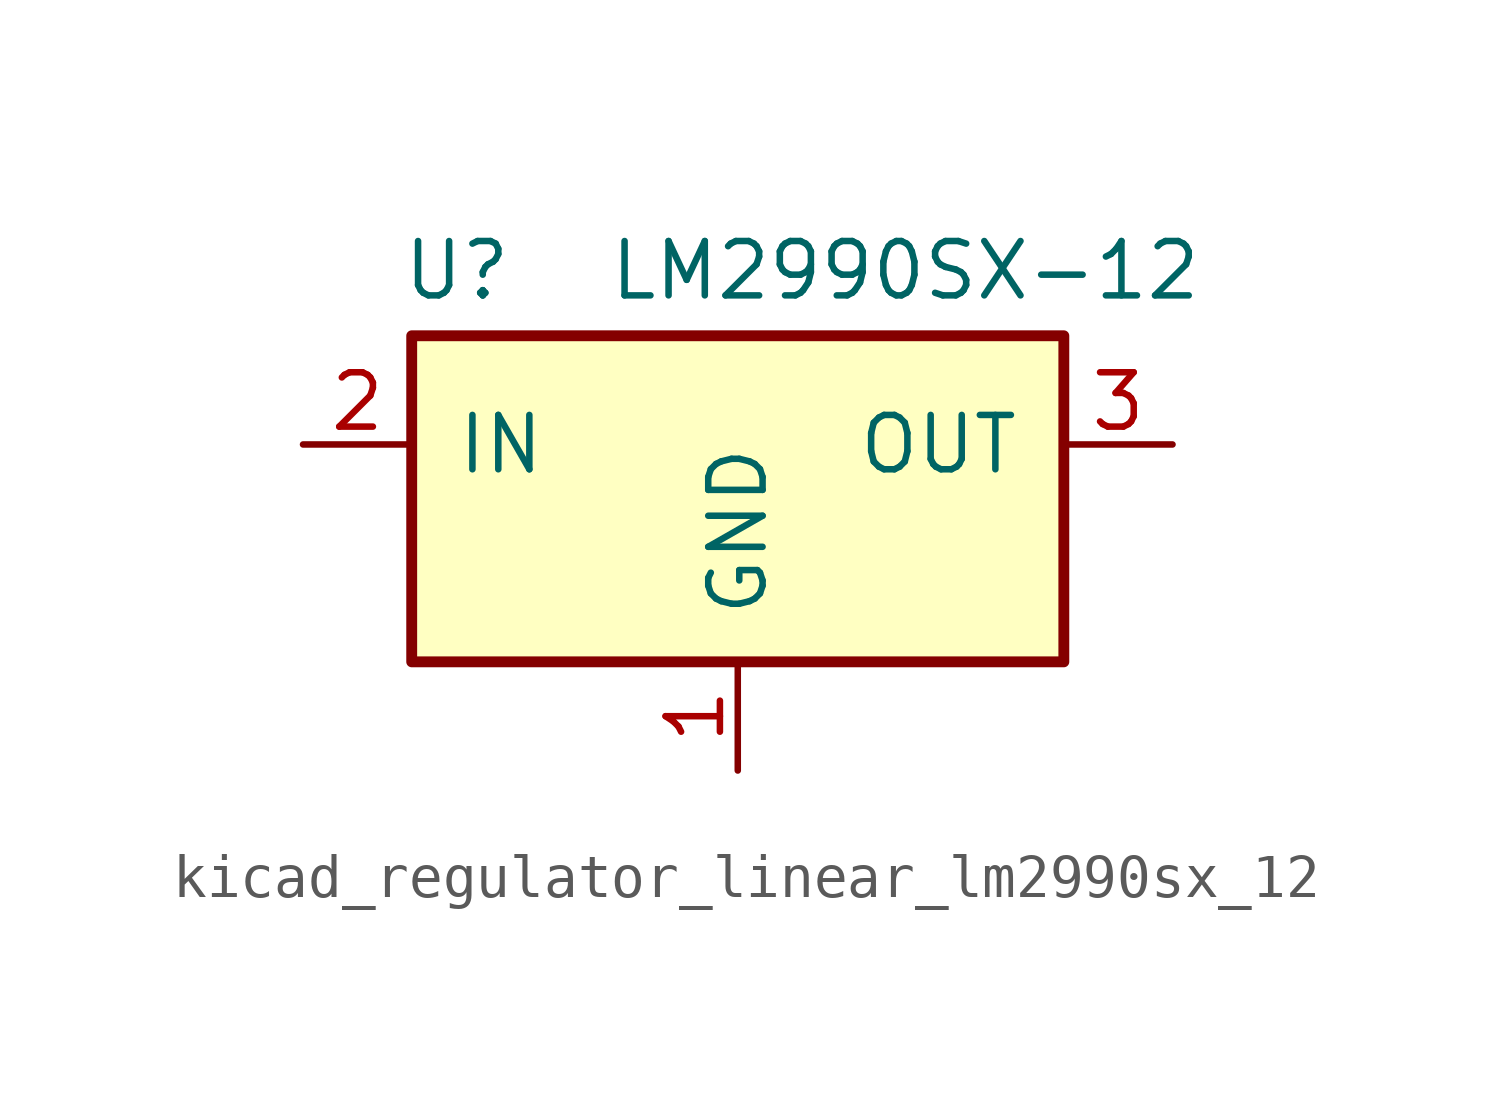
<source format=kicad_sym>
(kicad_symbol_lib
  (version 20220914)
  (generator kicad_symbol_editor)
  (symbol "kicad_regulator_linear_lm2990sx_12"
    (pin_names
      (offset 1.016))
    (property "Reference" "U"
      (at -7.874 4.064 0)
      (effects (font (size 1.27 1.27)) (justify left)))
    (property "Value" "LM2990SX-12"
      (at -3.048 4.064 0)
      (effects (font (size 1.27 1.27)) (justify left)))
    (symbol "kicad_regulator_linear_lm2990sx_12_0_1"
      (rectangle (start -7.62 2.54) (end 7.62 -5.08) (stroke (width 0.254) (type default)) (fill (type background))))
    (symbol "kicad_regulator_linear_lm2990sx_12_1_1"
      (pin power_in line (at 0 -7.62 90) (length 2.54) (name "GND" (effects (font (size 1.27 1.27)))) (number "1" (effects (font (size 1.27 1.27)))))
      (pin power_in line (at -10.16 0 0) (length 2.54) (name "IN" (effects (font (size 1.27 1.27)))) (number "2" (effects (font (size 1.27 1.27)))))
      (pin power_out line (at 10.16 0 180) (length 2.54) (name "OUT" (effects (font (size 1.27 1.27)))) (number "3" (effects (font (size 1.27 1.27))))))))
</source>
